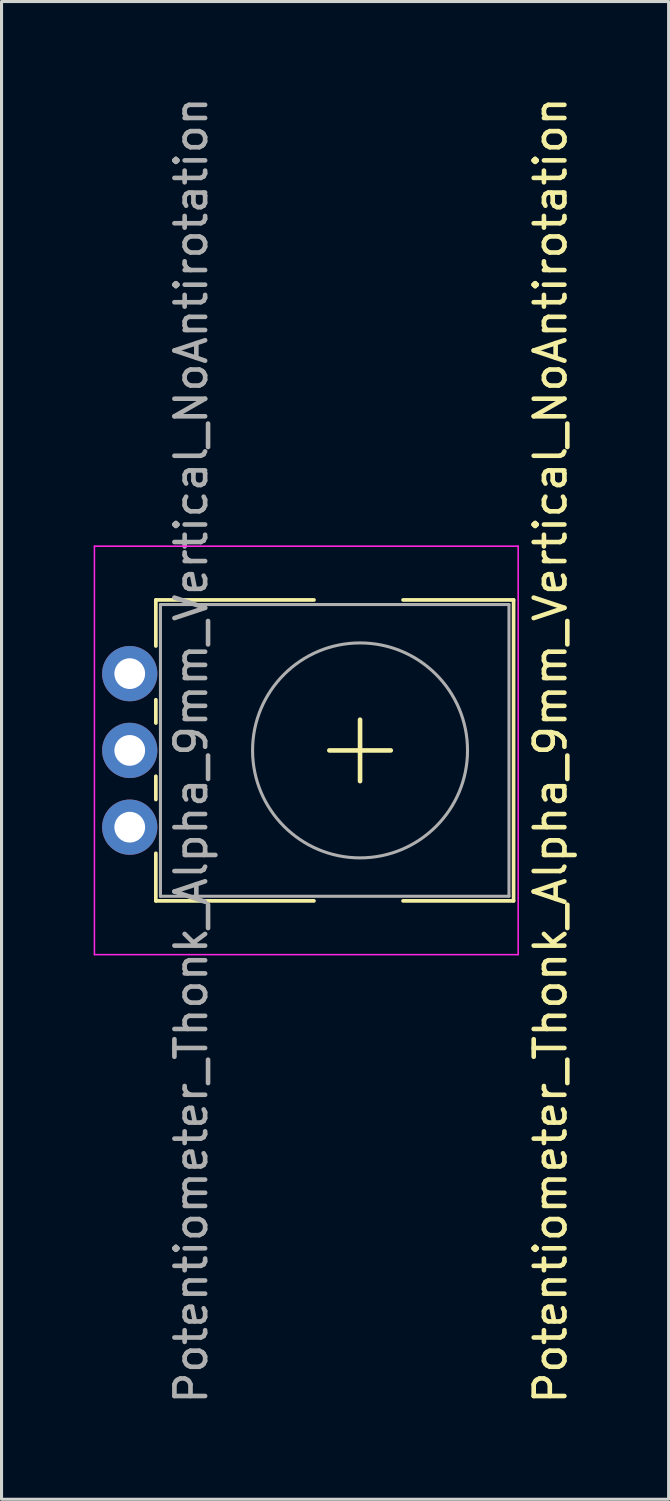
<source format=kicad_pcb>
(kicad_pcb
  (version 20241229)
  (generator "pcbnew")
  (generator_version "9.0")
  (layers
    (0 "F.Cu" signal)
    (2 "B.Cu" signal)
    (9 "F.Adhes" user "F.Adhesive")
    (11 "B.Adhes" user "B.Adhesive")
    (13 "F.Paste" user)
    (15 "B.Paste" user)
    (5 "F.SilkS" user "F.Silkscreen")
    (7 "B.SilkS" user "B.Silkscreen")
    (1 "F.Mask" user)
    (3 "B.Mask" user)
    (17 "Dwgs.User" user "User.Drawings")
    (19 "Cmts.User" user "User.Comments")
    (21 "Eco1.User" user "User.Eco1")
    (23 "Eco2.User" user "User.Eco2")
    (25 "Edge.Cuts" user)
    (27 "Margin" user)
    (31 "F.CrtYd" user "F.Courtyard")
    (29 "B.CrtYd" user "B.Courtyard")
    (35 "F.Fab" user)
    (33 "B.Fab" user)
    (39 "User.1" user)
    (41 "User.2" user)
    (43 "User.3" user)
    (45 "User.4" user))
  (footprint "Potentiometer_Thonk_Alpha_9mm_Vertical_NoAntirotation"
    (layer "F.Cu")
    (at 1.175 23.887)
    (property "Reference" "Potentiometer_Thonk_Alpha_9mm_Vertical_NoAntirotation" (at 13.7 -2.5 270) (layer "F.SilkS") (effects (font (size 1 1) (thickness 0.15))))
    (attr through_hole)
    (fp_line (start 0.85 -7.4) (end 0.85 -5.9) (stroke (width 0.12) (type solid)) (layer "F.SilkS"))
    (fp_line (start 0.85 -7.4) (end 6 -7.4) (stroke (width 0.12) (type solid)) (layer "F.SilkS"))
    (fp_line (start 0.85 -4.15) (end 0.85 -3.391) (stroke (width 0.12) (type solid)) (layer "F.SilkS"))
    (fp_line (start 0.85 -1.659) (end 0.85 -0.9) (stroke (width 0.12) (type solid)) (layer "F.SilkS"))
    (fp_line (start 0.85 0.85) (end 0.85 2.4) (stroke (width 0.12) (type solid)) (layer "F.SilkS"))
    (fp_line (start 0.85 2.4) (end 6 2.4) (stroke (width 0.12) (type solid)) (layer "F.SilkS"))
    (fp_line (start 7.5 -2.5) (end 6.5 -2.5) (stroke (width 0.15) (type solid)) (layer "F.SilkS"))
    (fp_line (start 7.5 -2.5) (end 7.5 -3.5) (stroke (width 0.15) (type solid)) (layer "F.SilkS"))
    (fp_line (start 7.5 -2.5) (end 7.5 -1.5) (stroke (width 0.15) (type solid)) (layer "F.SilkS"))
    (fp_line (start 7.5 -2.5) (end 8.5 -2.5) (stroke (width 0.15) (type solid)) (layer "F.SilkS"))
    (fp_line (start 8.9 -7.4) (end 12.5 -7.4) (stroke (width 0.12) (type solid)) (layer "F.SilkS"))
    (fp_line (start 8.9 2.4) (end 12.5 2.4) (stroke (width 0.12) (type solid)) (layer "F.SilkS"))
    (fp_line (start 12.5 -7.4) (end 12.5 2.4) (stroke (width 0.12) (type solid)) (layer "F.SilkS"))
    (fp_line (start -1.15 -9.15) (end -1.15 4.15) (stroke (width 0.05) (type solid)) (layer "F.CrtYd"))
    (fp_line (start -1.15 4.15) (end 12.65 4.15) (stroke (width 0.05) (type solid)) (layer "F.CrtYd"))
    (fp_line (start 12.65 -9.15) (end -1.15 -9.15) (stroke (width 0.05) (type solid)) (layer "F.CrtYd"))
    (fp_line (start 12.65 4.15) (end 12.65 -9.15) (stroke (width 0.05) (type solid)) (layer "F.CrtYd"))
    (fp_line (start 1 -7.25) (end 1 2.25) (stroke (width 0.1) (type solid)) (layer "F.Fab"))
    (fp_line (start 1 2.25) (end 12.35 2.25) (stroke (width 0.1) (type solid)) (layer "F.Fab"))
    (fp_line (start 12.35 -7.25) (end 1 -7.25) (stroke (width 0.1) (type solid)) (layer "F.Fab"))
    (fp_line (start 12.35 2.25) (end 12.35 -7.25) (stroke (width 0.1) (type solid)) (layer "F.Fab"))
    (fp_circle (center 7.5 -2.5) (end 11 -2.5) (stroke (width 0.1) (type solid)) (fill no) (layer "F.Fab"))
    (fp_text user "${REFERENCE}" (at 2 -2.5 270) (layer "F.Fab") (effects (font (size 1 1) (thickness 0.15))))
    (pad "1" thru_hole circle (at 0 0) (size 1.8 1.8) (drill 1) (layers "*.Cu" "*.Mask"))
    (pad "2" thru_hole circle (at 0 -2.5) (size 1.8 1.8) (drill 1) (layers "*.Cu" "*.Mask"))
    (pad "3" thru_hole circle (at 0 -5) (size 1.8 1.8) (drill 1) (layers "*.Cu" "*.Mask")))
  (gr_rect
    (start -3 -3)
    (end 18.723 45.774)
    (stroke (width 0.1) (type default))
    (fill no)
    (layer "Edge.Cuts")))
</source>
